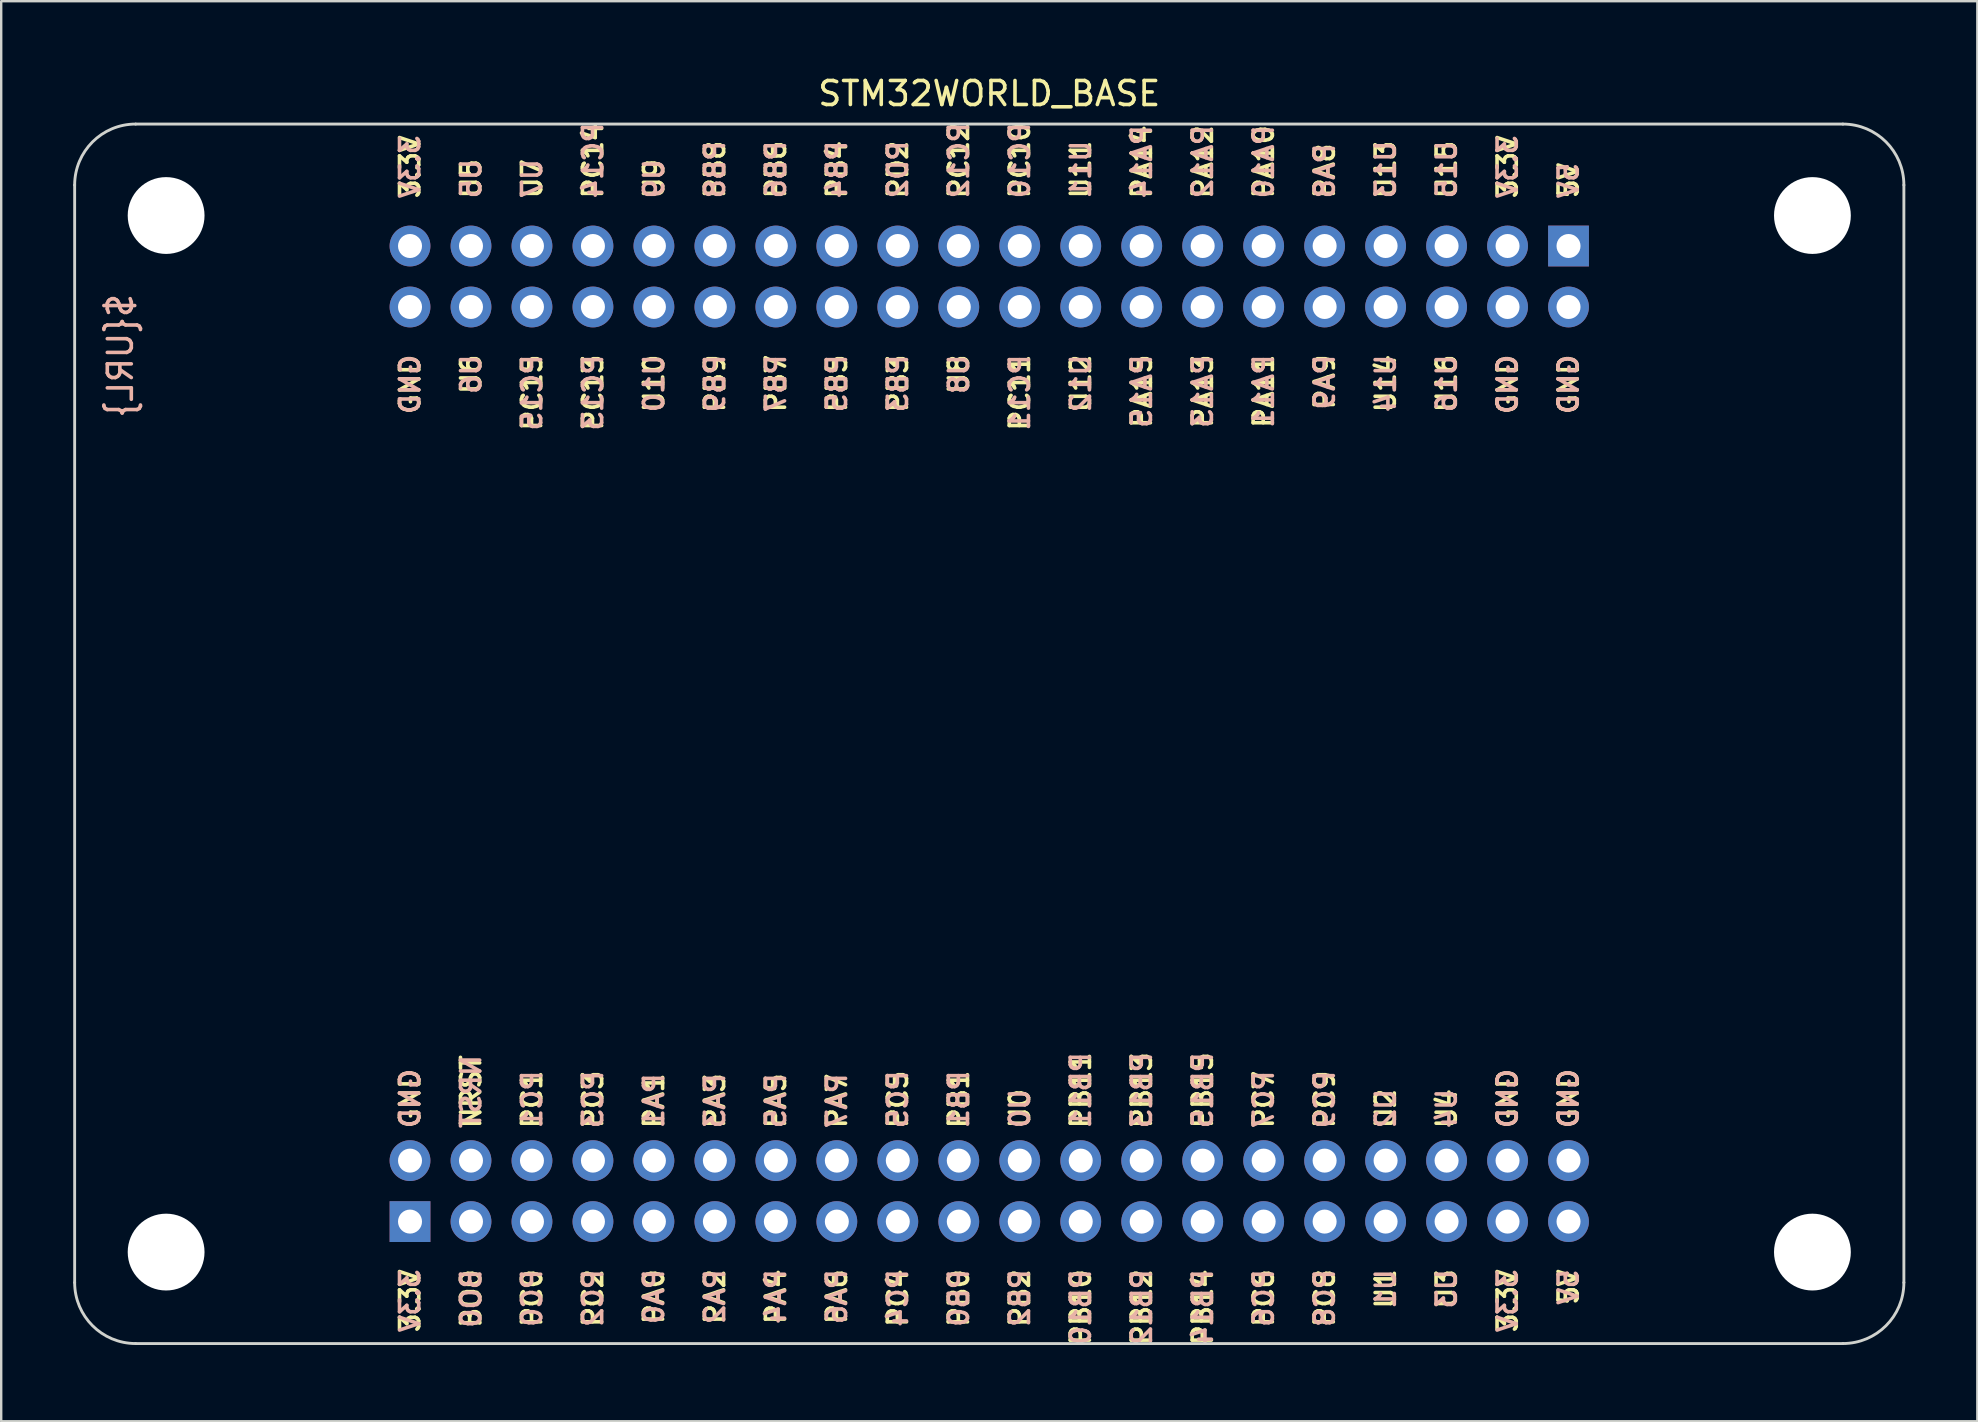
<source format=kicad_pcb>
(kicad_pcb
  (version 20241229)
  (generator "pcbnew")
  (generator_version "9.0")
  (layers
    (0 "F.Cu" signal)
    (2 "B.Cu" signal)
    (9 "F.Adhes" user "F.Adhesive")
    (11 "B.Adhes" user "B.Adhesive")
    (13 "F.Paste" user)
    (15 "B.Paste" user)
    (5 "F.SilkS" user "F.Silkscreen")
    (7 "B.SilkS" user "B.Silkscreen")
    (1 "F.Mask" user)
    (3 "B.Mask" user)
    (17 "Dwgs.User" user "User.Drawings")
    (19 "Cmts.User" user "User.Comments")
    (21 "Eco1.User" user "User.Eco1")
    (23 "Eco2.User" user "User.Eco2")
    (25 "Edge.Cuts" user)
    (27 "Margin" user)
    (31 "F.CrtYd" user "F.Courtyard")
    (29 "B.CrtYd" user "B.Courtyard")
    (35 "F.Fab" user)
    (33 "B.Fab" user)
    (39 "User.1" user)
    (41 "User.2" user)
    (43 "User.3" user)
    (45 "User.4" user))
  (footprint "STM32WORLD_BASE"
    (layer "F.Cu")
    (at 38.16 27.518)
    (property "Reference" "STM32WORLD_BASE" (at 0 -26.67 0) (layer "F.SilkS") (effects (font (size 1 1) (thickness 0.15))))
    (attr through_hole exclude_from_pos_files exclude_from_bom)
    (fp_line (start -38.1 -22.86) (end -38.1 22.86) (stroke (width 0.12) (type solid)) (layer "Edge.Cuts"))
    (fp_line (start -35.56 25.4) (end 35.56 25.4) (stroke (width 0.12) (type solid)) (layer "Edge.Cuts"))
    (fp_line (start 35.56 -25.4) (end -35.56 -25.4) (stroke (width 0.12) (type solid)) (layer "Edge.Cuts"))
    (fp_line (start 38.1 22.86) (end 38.1 -22.86) (stroke (width 0.12) (type solid)) (layer "Edge.Cuts"))
    (fp_arc (start -38.1 -22.86) (mid -37.356051 -24.656051) (end -35.56 -25.4) (stroke (width 0.12) (type solid)) (layer "Edge.Cuts"))
    (fp_arc (start -35.56 25.4) (mid -37.356051 24.656051) (end -38.1 22.86) (stroke (width 0.12) (type solid)) (layer "Edge.Cuts"))
    (fp_arc (start 35.56 -25.4) (mid 37.356051 -24.656051) (end 38.1 -22.86) (stroke (width 0.12) (type solid)) (layer "Edge.Cuts"))
    (fp_arc (start 38.1 22.86) (mid 37.356051 24.656051) (end 35.56 25.4) (stroke (width 0.12) (type solid)) (layer "Edge.Cuts"))
    (fp_text user "PC1" (at -19.05 16.51 90) (layer "F.SilkS") (effects (font (size 0.8 0.8) (thickness 0.15)) (justify left)))
    (fp_text user "3.3V" (at -24.13 22.225 90) (layer "F.SilkS") (effects (font (size 0.8 0.8) (thickness 0.15)) (justify right)))
    (fp_text user "5V" (at 24.13 22.225 90) (layer "F.SilkS") (effects (font (size 0.8 0.8) (thickness 0.15)) (justify right)))
    (fp_text user "NRST" (at -21.59 16.51 90) (layer "F.SilkS") (effects (font (size 0.8 0.8) (thickness 0.15)) (justify left)))
    (fp_text user "PA2" (at -11.43 22.225 90) (layer "F.SilkS") (effects (font (size 0.8 0.8) (thickness 0.15)) (justify right)))
    (fp_text user "U12" (at 3.81 -15.875 90) (layer "F.SilkS") (effects (font (size 0.8 0.8) (thickness 0.15)) (justify right)))
    (fp_text user "PC9" (at 13.97 16.51 90) (layer "F.SilkS") (effects (font (size 0.8 0.8) (thickness 0.15)) (justify left)))
    (fp_text user "3.3V" (at 21.59 -22.225 90) (layer "F.SilkS") (effects (font (size 0.8 0.8) (thickness 0.15)) (justify left)))
    (fp_text user "GND" (at 21.59 16.51 90) (layer "F.SilkS") (effects (font (size 0.8 0.8) (thickness 0.15)) (justify left)))
    (fp_text user "PB8" (at -11.43 -22.225 90) (layer "F.SilkS") (effects (font (size 0.8 0.8) (thickness 0.15)) (justify left)))
    (fp_text user "U3" (at 19.05 22.225 90) (layer "F.SilkS") (effects (font (size 0.8 0.8) (thickness 0.15)) (justify right)))
    (fp_text user "PB10" (at 3.81 22.225 90) (layer "F.SilkS") (effects (font (size 0.8 0.8) (thickness 0.15)) (justify right)))
    (fp_text user "PB1" (at -1.27 16.51 90) (layer "F.SilkS") (effects (font (size 0.8 0.8) (thickness 0.15)) (justify left)))
    (fp_text user "PA5" (at -8.89 16.51 90) (layer "F.SilkS") (effects (font (size 0.8 0.8) (thickness 0.15)) (justify left)))
    (fp_text user "U4" (at 19.05 16.51 90) (layer "F.SilkS") (effects (font (size 0.8 0.8) (thickness 0.15)) (justify left)))
    (fp_text user "U8" (at -1.27 -15.875 90) (layer "F.SilkS") (effects (font (size 0.8 0.8) (thickness 0.15)) (justify right)))
    (fp_text user "PC8" (at 13.97 22.225 90) (layer "F.SilkS") (effects (font (size 0.8 0.8) (thickness 0.15)) (justify right)))
    (fp_text user "PA12" (at 8.89 -22.225 90) (layer "F.SilkS") (effects (font (size 0.8 0.8) (thickness 0.15)) (justify left)))
    (fp_text user "BO0" (at -21.59 22.225 90) (layer "F.SilkS") (effects (font (size 0.8 0.8) (thickness 0.15)) (justify right)))
    (fp_text user "PC13" (at -16.51 -15.875 90) (layer "F.SilkS") (effects (font (size 0.8 0.8) (thickness 0.15)) (justify right)))
    (fp_text user "PA0" (at -13.97 22.225 90) (layer "F.SilkS") (effects (font (size 0.8 0.8) (thickness 0.15)) (justify right)))
    (fp_text user "PB9" (at -11.43 -15.875 90) (layer "F.SilkS") (effects (font (size 0.8 0.8) (thickness 0.15)) (justify right)))
    (fp_text user "PA6" (at -6.35 22.225 90) (layer "F.SilkS") (effects (font (size 0.8 0.8) (thickness 0.15)) (justify right)))
    (fp_text user "PC7" (at 11.43 16.51 90) (layer "F.SilkS") (effects (font (size 0.8 0.8) (thickness 0.15)) (justify left)))
    (fp_text user "U2" (at 16.51 16.51 90) (layer "F.SilkS") (effects (font (size 0.8 0.8) (thickness 0.15)) (justify left)))
    (fp_text user "PB3" (at -3.81 -15.875 90) (layer "F.SilkS") (effects (font (size 0.8 0.8) (thickness 0.15)) (justify right)))
    (fp_text user "PB4" (at -6.35 -22.225 90) (layer "F.SilkS") (effects (font (size 0.8 0.8) (thickness 0.15)) (justify left)))
    (fp_text user "3.3V" (at 21.59 22.225 90) (layer "F.SilkS") (effects (font (size 0.8 0.8) (thickness 0.15)) (justify right)))
    (fp_text user "PC3" (at -16.51 16.51 90) (layer "F.SilkS") (effects (font (size 0.8 0.8) (thickness 0.15)) (justify left)))
    (fp_text user "U0" (at 1.27 16.51 90) (layer "F.SilkS") (effects (font (size 0.8 0.8) (thickness 0.15)) (justify left)))
    (fp_text user "PB2" (at 1.27 22.225 90) (layer "F.SilkS") (effects (font (size 0.8 0.8) (thickness 0.15)) (justify right)))
    (fp_text user "${TITLE}" (at -34.2 14.4 90) (unlocked yes) (layer "F.SilkS") (effects (font (size 1 1) (thickness 0.15)) (justify left)))
    (fp_text user "PC4" (at -3.81 22.225 90) (layer "F.SilkS") (effects (font (size 0.8 0.8) (thickness 0.15)) (justify right)))
    (fp_text user "PC0" (at -19.05 22.225 90) (layer "F.SilkS") (effects (font (size 0.8 0.8) (thickness 0.15)) (justify right)))
    (fp_text user "U15" (at 19.05 -22.225 90) (layer "F.SilkS") (effects (font (size 0.8 0.8) (thickness 0.15)) (justify left)))
    (fp_text user "PD2" (at -3.81 -22.225 90) (layer "F.SilkS") (effects (font (size 0.8 0.8) (thickness 0.15)) (justify left)))
    (fp_text user "PB6" (at -8.89 -22.225 90) (layer "F.SilkS") (effects (font (size 0.8 0.8) (thickness 0.15)) (justify left)))
    (fp_text user "U7" (at -19.05 -22.225 90) (layer "F.SilkS") (effects (font (size 0.8 0.8) (thickness 0.15)) (justify left)))
    (fp_text user "3.3V" (at -24.13 -22.225 90) (layer "F.SilkS") (effects (font (size 0.8 0.8) (thickness 0.15)) (justify left)))
    (fp_text user "GND" (at -24.13 -15.875 90) (layer "F.SilkS") (effects (font (size 0.8 0.8) (thickness 0.15)) (justify right)))
    (fp_text user "PA11" (at 11.43 -15.875 90) (layer "F.SilkS") (effects (font (size 0.8 0.8) (thickness 0.15)) (justify right)))
    (fp_text user "PB7" (at -8.89 -15.875 90) (layer "F.SilkS") (effects (font (size 0.8 0.8) (thickness 0.15)) (justify right)))
    (fp_text user "PB14" (at 8.89 22.225 90) (layer "F.SilkS") (effects (font (size 0.8 0.8) (thickness 0.15)) (justify right)))
    (fp_text user "PA4" (at -8.89 22.225 90) (layer "F.SilkS") (effects (font (size 0.8 0.8) (thickness 0.15)) (justify right)))
    (fp_text user "U1" (at 16.51 22.225 90) (layer "F.SilkS") (effects (font (size 0.8 0.8) (thickness 0.15)) (justify right)))
    (fp_text user "PB11" (at 3.81 16.51 90) (layer "F.SilkS") (effects (font (size 0.8 0.8) (thickness 0.15)) (justify left)))
    (fp_text user "PC5" (at -3.81 16.51 90) (layer "F.SilkS") (effects (font (size 0.8 0.8) (thickness 0.15)) (justify left)))
    (fp_text user "U16" (at 19.05 -15.875 90) (layer "F.SilkS") (effects (font (size 0.8 0.8) (thickness 0.15)) (justify right)))
    (fp_text user "PC6" (at 11.43 22.225 90) (layer "F.SilkS") (effects (font (size 0.8 0.8) (thickness 0.15)) (justify right)))
    (fp_text user "PB12" (at 6.35 22.225 90) (layer "F.SilkS") (effects (font (size 0.8 0.8) (thickness 0.15)) (justify right)))
    (fp_text user "U14" (at 16.51 -15.875 90) (layer "F.SilkS") (effects (font (size 0.8 0.8) (thickness 0.15)) (justify right)))
    (fp_text user "PA7" (at -6.35 16.51 90) (layer "F.SilkS") (effects (font (size 0.8 0.8) (thickness 0.15)) (justify left)))
    (fp_text user "PA15" (at 6.35 -15.875 90) (layer "F.SilkS") (effects (font (size 0.8 0.8) (thickness 0.15)) (justify right)))
    (fp_text user "PC10" (at 1.27 -22.225 90) (layer "F.SilkS") (effects (font (size 0.8 0.8) (thickness 0.15)) (justify left)))
    (fp_text user "PA14" (at 6.35 -22.225 90) (layer "F.SilkS") (effects (font (size 0.8 0.8) (thickness 0.15)) (justify left)))
    (fp_text user "PA8" (at 13.97 -22.225 90) (layer "F.SilkS") (effects (font (size 0.8 0.8) (thickness 0.15)) (justify left)))
    (fp_text user "U13" (at 16.51 -22.225 90) (layer "F.SilkS") (effects (font (size 0.8 0.8) (thickness 0.15)) (justify left)))
    (fp_text user "GND" (at 21.59 -15.875 90) (layer "F.SilkS") (effects (font (size 0.8 0.8) (thickness 0.15)) (justify right)))
    (fp_text user "U10" (at -13.97 -15.875 90) (layer "F.SilkS") (effects (font (size 0.8 0.8) (thickness 0.15)) (justify right)))
    (fp_text user "PC12" (at -1.27 -22.225 90) (layer "F.SilkS") (effects (font (size 0.8 0.8) (thickness 0.15)) (justify left)))
    (fp_text user "PB13" (at 6.35 16.51 90) (layer "F.SilkS") (effects (font (size 0.8 0.8) (thickness 0.15)) (justify left)))
    (fp_text user "PA13" (at 8.89 -15.875 90) (layer "F.SilkS") (effects (font (size 0.8 0.8) (thickness 0.15)) (justify right)))
    (fp_text user "PA10" (at 11.43 -22.225 90) (layer "F.SilkS") (effects (font (size 0.8 0.8) (thickness 0.15)) (justify left)))
    (fp_text user "PC2" (at -16.51 22.225 90) (layer "F.SilkS") (effects (font (size 0.8 0.8) (thickness 0.15)) (justify right)))
    (fp_text user "PA3" (at -11.43 16.51 90) (layer "F.SilkS") (effects (font (size 0.8 0.8) (thickness 0.15)) (justify left)))
    (fp_text user "GND" (at 24.13 16.51 90) (layer "F.SilkS") (effects (font (size 0.8 0.8) (thickness 0.15)) (justify left)))
    (fp_text user "U9" (at -13.97 -22.225 90) (layer "F.SilkS") (effects (font (size 0.8 0.8) (thickness 0.15)) (justify left)))
    (fp_text user "GND" (at 24.13 -15.875 90) (layer "F.SilkS") (effects (font (size 0.8 0.8) (thickness 0.15)) (justify right)))
    (fp_text user "PB5" (at -6.35 -15.875 90) (layer "F.SilkS") (effects (font (size 0.8 0.8) (thickness 0.15)) (justify right)))
    (fp_text user "5V" (at 24.13 -22.225 90) (layer "F.SilkS") (effects (font (size 0.8 0.8) (thickness 0.15)) (justify left)))
    (fp_text user "U5" (at -21.59 -22.225 90) (layer "F.SilkS") (effects (font (size 0.8 0.8) (thickness 0.15)) (justify left)))
    (fp_text user "PB15" (at 8.89 16.51 90) (layer "F.SilkS") (effects (font (size 0.8 0.8) (thickness 0.15)) (justify left)))
    (fp_text user "PC11" (at 1.27 -15.875 90) (layer "F.SilkS") (effects (font (size 0.8 0.8) (thickness 0.15)) (justify right)))
    (fp_text user "PA9" (at 13.97 -15.875 90) (layer "F.SilkS") (effects (font (size 0.8 0.8) (thickness 0.15)) (justify right)))
    (fp_text user "PA1" (at -13.97 16.51 90) (layer "F.SilkS") (effects (font (size 0.8 0.8) (thickness 0.15)) (justify left)))
    (fp_text user "PB0" (at -1.27 22.225 90) (layer "F.SilkS") (effects (font (size 0.8 0.8) (thickness 0.15)) (justify right)))
    (fp_text user "U6" (at -21.59 -15.875 90) (layer "F.SilkS") (effects (font (size 0.8 0.8) (thickness 0.15)) (justify right)))
    (fp_text user "U11" (at 3.81 -22.225 90) (layer "F.SilkS") (effects (font (size 0.8 0.8) (thickness 0.15)) (justify left)))
    (fp_text user "PC15" (at -19.05 -15.875 90) (layer "F.SilkS") (effects (font (size 0.8 0.8) (thickness 0.15)) (justify right)))
    (fp_text user "PC14" (at -16.51 -22.225 90) (layer "F.SilkS") (effects (font (size 0.8 0.8) (thickness 0.15)) (justify left)))
    (fp_text user "GND" (at -24.13 16.51 90) (layer "F.SilkS") (effects (font (size 0.8 0.8) (thickness 0.15)) (justify left)))
    (fp_text user "3.3V" (at -24.13 -22.225 90) (layer "B.SilkS") (effects (font (size 0.8 0.8) (thickness 0.15)) (justify right mirror)))
    (fp_text user "PB6" (at -8.89 -22.225 90) (layer "B.SilkS") (effects (font (size 0.8 0.8) (thickness 0.15)) (justify right mirror)))
    (fp_text user "${URL}" (at -36.195 -18.415 90) (unlocked yes) (layer "B.SilkS") (effects (font (size 1 1) (thickness 0.15)) (justify left mirror)))
    (fp_text user "PC10" (at 1.27 -22.225 90) (layer "B.SilkS") (effects (font (size 0.8 0.8) (thickness 0.15)) (justify right mirror)))
    (fp_text user "PA1" (at -13.97 16.51 90) (layer "B.SilkS") (effects (font (size 0.8 0.8) (thickness 0.15)) (justify right mirror)))
    (fp_text user "U5" (at -21.59 -22.225 90) (layer "B.SilkS") (effects (font (size 0.8 0.8) (thickness 0.15)) (justify right mirror)))
    (fp_text user "PB0" (at -1.27 22.225 90) (layer "B.SilkS") (effects (font (size 0.8 0.8) (thickness 0.15)) (justify left mirror)))
    (fp_text user "U1" (at 16.51 22.225 90) (layer "B.SilkS") (effects (font (size 0.8 0.8) (thickness 0.15)) (justify left mirror)))
    (fp_text user "NRST" (at -21.59 16.51 90) (layer "B.SilkS") (effects (font (size 0.8 0.8) (thickness 0.15)) (justify right mirror)))
    (fp_text user "PC12" (at -1.27 -22.225 90) (layer "B.SilkS") (effects (font (size 0.8 0.8) (thickness 0.15)) (justify right mirror)))
    (fp_text user "BO0" (at -21.59 22.225 90) (layer "B.SilkS") (effects (font (size 0.8 0.8) (thickness 0.15)) (justify left mirror)))
    (fp_text user "PA11" (at 11.43 -15.875 90) (layer "B.SilkS") (effects (font (size 0.8 0.8) (thickness 0.15)) (justify left mirror)))
    (fp_text user "PB4" (at -6.35 -22.225 90) (layer "B.SilkS") (effects (font (size 0.8 0.8) (thickness 0.15)) (justify right mirror)))
    (fp_text user "PC8" (at 13.97 22.225 90) (layer "B.SilkS") (effects (font (size 0.8 0.8) (thickness 0.15)) (justify left mirror)))
    (fp_text user "GND" (at 24.13 16.51 90) (layer "B.SilkS") (effects (font (size 0.8 0.8) (thickness 0.15)) (justify right mirror)))
    (fp_text user "GND" (at -24.13 -15.875 90) (layer "B.SilkS") (effects (font (size 0.8 0.8) (thickness 0.15)) (justify left mirror)))
    (fp_text user "PC13" (at -16.51 -15.875 90) (layer "B.SilkS") (effects (font (size 0.8 0.8) (thickness 0.15)) (justify left mirror)))
    (fp_text user "GND" (at 24.13 -15.875 90) (layer "B.SilkS") (effects (font (size 0.8 0.8) (thickness 0.15)) (justify left mirror)))
    (fp_text user "U0" (at 1.27 16.51 90) (layer "B.SilkS") (effects (font (size 0.8 0.8) (thickness 0.15)) (justify right mirror)))
    (fp_text user "U2" (at 16.51 16.51 90) (layer "B.SilkS") (effects (font (size 0.8 0.8) (thickness 0.15)) (justify right mirror)))
    (fp_text user "PB11" (at 3.81 16.51 90) (layer "B.SilkS") (effects (font (size 0.8 0.8) (thickness 0.15)) (justify right mirror)))
    (fp_text user "U6" (at -21.59 -15.875 90) (layer "B.SilkS") (effects (font (size 0.8 0.8) (thickness 0.15)) (justify left mirror)))
    (fp_text user "PA12" (at 8.89 -22.225 90) (layer "B.SilkS") (effects (font (size 0.8 0.8) (thickness 0.15)) (justify right mirror)))
    (fp_text user "U16" (at 19.05 -15.875 90) (layer "B.SilkS") (effects (font (size 0.8 0.8) (thickness 0.15)) (justify left mirror)))
    (fp_text user "PA10" (at 11.43 -22.225 90) (layer "B.SilkS") (effects (font (size 0.8 0.8) (thickness 0.15)) (justify right mirror)))
    (fp_text user "PC2" (at -16.51 22.225 90) (layer "B.SilkS") (effects (font (size 0.8 0.8) (thickness 0.15)) (justify left mirror)))
    (fp_text user "PD2" (at -3.81 -22.225 90) (layer "B.SilkS") (effects (font (size 0.8 0.8) (thickness 0.15)) (justify right mirror)))
    (fp_text user "PA2" (at -11.43 22.225 90) (layer "B.SilkS") (effects (font (size 0.8 0.8) (thickness 0.15)) (justify left mirror)))
    (fp_text user "GND" (at -24.13 16.51 90) (layer "B.SilkS") (effects (font (size 0.8 0.8) (thickness 0.15)) (justify right mirror)))
    (fp_text user "PA8" (at 13.97 -22.225 90) (layer "B.SilkS") (effects (font (size 0.8 0.8) (thickness 0.15)) (justify right mirror)))
    (fp_text user "3.3V" (at 21.59 22.225 90) (layer "B.SilkS") (effects (font (size 0.8 0.8) (thickness 0.15)) (justify left mirror)))
    (fp_text user "PC4" (at -3.81 22.225 90) (layer "B.SilkS") (effects (font (size 0.8 0.8) (thickness 0.15)) (justify left mirror)))
    (fp_text user "PC7" (at 11.43 16.51 90) (layer "B.SilkS") (effects (font (size 0.8 0.8) (thickness 0.15)) (justify right mirror)))
    (fp_text user "U14" (at 16.51 -15.875 90) (layer "B.SilkS") (effects (font (size 0.8 0.8) (thickness 0.15)) (justify left mirror)))
    (fp_text user "PA7" (at -6.35 16.51 90) (layer "B.SilkS") (effects (font (size 0.8 0.8) (thickness 0.15)) (justify right mirror)))
    (fp_text user "U15" (at 19.05 -22.225 90) (layer "B.SilkS") (effects (font (size 0.8 0.8) (thickness 0.15)) (justify right mirror)))
    (fp_text user "PB12" (at 6.35 22.225 90) (layer "B.SilkS") (effects (font (size 0.8 0.8) (thickness 0.15)) (justify left mirror)))
    (fp_text user "U11" (at 3.81 -22.225 90) (layer "B.SilkS") (effects (font (size 0.8 0.8) (thickness 0.15)) (justify right mirror)))
    (fp_text user "PB9" (at -11.43 -15.875 90) (layer "B.SilkS") (effects (font (size 0.8 0.8) (thickness 0.15)) (justify left mirror)))
    (fp_text user "PC15" (at -19.05 -15.875 90) (layer "B.SilkS") (effects (font (size 0.8 0.8) (thickness 0.15)) (justify left mirror)))
    (fp_text user "PA15" (at 6.35 -15.875 90) (layer "B.SilkS") (effects (font (size 0.8 0.8) (thickness 0.15)) (justify left mirror)))
    (fp_text user "PB5" (at -6.35 -15.875 90) (layer "B.SilkS") (effects (font (size 0.8 0.8) (thickness 0.15)) (justify left mirror)))
    (fp_text user "PC6" (at 11.43 22.225 90) (layer "B.SilkS") (effects (font (size 0.8 0.8) (thickness 0.15)) (justify left mirror)))
    (fp_text user "PC14" (at -16.51 -22.225 90) (layer "B.SilkS") (effects (font (size 0.8 0.8) (thickness 0.15)) (justify right mirror)))
    (fp_text user "GND" (at 21.59 -15.875 90) (layer "B.SilkS") (effects (font (size 0.8 0.8) (thickness 0.15)) (justify left mirror)))
    (fp_text user "3.3V" (at 21.59 -22.225 90) (layer "B.SilkS") (effects (font (size 0.8 0.8) (thickness 0.15)) (justify right mirror)))
    (fp_text user "PA6" (at -6.35 22.225 90) (layer "B.SilkS") (effects (font (size 0.8 0.8) (thickness 0.15)) (justify left mirror)))
    (fp_text user "PA4" (at -8.89 22.225 90) (layer "B.SilkS") (effects (font (size 0.8 0.8) (thickness 0.15)) (justify left mirror)))
    (fp_text user "5V" (at 24.13 -22.225 90) (layer "B.SilkS") (effects (font (size 0.8 0.8) (thickness 0.15)) (justify right mirror)))
    (fp_text user "U8" (at -1.27 -15.875 90) (layer "B.SilkS") (effects (font (size 0.8 0.8) (thickness 0.15)) (justify left mirror)))
    (fp_text user "U4" (at 19.05 16.51 90) (layer "B.SilkS") (effects (font (size 0.8 0.8) (thickness 0.15)) (justify right mirror)))
    (fp_text user "PB8" (at -11.43 -22.225 90) (layer "B.SilkS") (effects (font (size 0.8 0.8) (thickness 0.15)) (justify right mirror)))
    (fp_text user "PB15" (at 8.89 16.51 90) (layer "B.SilkS") (effects (font (size 0.8 0.8) (thickness 0.15)) (justify right mirror)))
    (fp_text user "PC3" (at -16.51 16.51 90) (layer "B.SilkS") (effects (font (size 0.8 0.8) (thickness 0.15)) (justify right mirror)))
    (fp_text user "PC0" (at -19.05 22.225 90) (layer "B.SilkS") (effects (font (size 0.8 0.8) (thickness 0.15)) (justify left mirror)))
    (fp_text user "U7" (at -19.05 -22.225 90) (layer "B.SilkS") (effects (font (size 0.8 0.8) (thickness 0.15)) (justify right mirror)))
    (fp_text user "GND" (at 21.59 16.51 90) (layer "B.SilkS") (effects (font (size 0.8 0.8) (thickness 0.15)) (justify right mirror)))
    (fp_text user "3.3V" (at -24.13 22.225 90) (layer "B.SilkS") (effects (font (size 0.8 0.8) (thickness 0.15)) (justify left mirror)))
    (fp_text user "PB3" (at -3.81 -15.875 90) (layer "B.SilkS") (effects (font (size 0.8 0.8) (thickness 0.15)) (justify left mirror)))
    (fp_text user "PB7" (at -8.89 -15.875 90) (layer "B.SilkS") (effects (font (size 0.8 0.8) (thickness 0.15)) (justify left mirror)))
    (fp_text user "U10" (at -13.97 -15.875 90) (layer "B.SilkS") (effects (font (size 0.8 0.8) (thickness 0.15)) (justify left mirror)))
    (fp_text user "PB13" (at 6.35 16.51 90) (layer "B.SilkS") (effects (font (size 0.8 0.8) (thickness 0.15)) (justify right mirror)))
    (fp_text user "PB14" (at 8.89 22.225 90) (layer "B.SilkS") (effects (font (size 0.8 0.8) (thickness 0.15)) (justify left mirror)))
    (fp_text user "5V" (at 24.13 22.225 90) (layer "B.SilkS") (effects (font (size 0.8 0.8) (thickness 0.15)) (justify left mirror)))
    (fp_text user "PC1" (at -19.05 16.51 90) (layer "B.SilkS") (effects (font (size 0.8 0.8) (thickness 0.15)) (justify right mirror)))
    (fp_text user "U13" (at 16.51 -22.225 90) (layer "B.SilkS") (effects (font (size 0.8 0.8) (thickness 0.15)) (justify right mirror)))
    (fp_text user "PC11" (at 1.27 -15.875 90) (layer "B.SilkS") (effects (font (size 0.8 0.8) (thickness 0.15)) (justify left mirror)))
    (fp_text user "PA0" (at -13.97 22.225 90) (layer "B.SilkS") (effects (font (size 0.8 0.8) (thickness 0.15)) (justify left mirror)))
    (fp_text user "U12" (at 3.81 -15.875 90) (layer "B.SilkS") (effects (font (size 0.8 0.8) (thickness 0.15)) (justify left mirror)))
    (fp_text user "PB1" (at -1.27 16.51 90) (layer "B.SilkS") (effects (font (size 0.8 0.8) (thickness 0.15)) (justify right mirror)))
    (fp_text user "PA13" (at 8.89 -15.875 90) (layer "B.SilkS") (effects (font (size 0.8 0.8) (thickness 0.15)) (justify left mirror)))
    (fp_text user "PA3" (at -11.43 16.51 90) (layer "B.SilkS") (effects (font (size 0.8 0.8) (thickness 0.15)) (justify right mirror)))
    (fp_text user "PB2" (at 1.27 22.225 90) (layer "B.SilkS") (effects (font (size 0.8 0.8) (thickness 0.15)) (justify left mirror)))
    (fp_text user "PA9" (at 13.97 -15.875 90) (layer "B.SilkS") (effects (font (size 0.8 0.8) (thickness 0.15)) (justify left mirror)))
    (fp_text user "U3" (at 19.05 22.225 90) (layer "B.SilkS") (effects (font (size 0.8 0.8) (thickness 0.15)) (justify left mirror)))
    (fp_text user "U9" (at -13.97 -22.225 90) (layer "B.SilkS") (effects (font (size 0.8 0.8) (thickness 0.15)) (justify right mirror)))
    (fp_text user "PB10" (at 3.81 22.225 90) (layer "B.SilkS") (effects (font (size 0.8 0.8) (thickness 0.15)) (justify left mirror)))
    (fp_text user "PC9" (at 13.97 16.51 90) (layer "B.SilkS") (effects (font (size 0.8 0.8) (thickness 0.15)) (justify right mirror)))
    (fp_text user "PC5" (at -3.81 16.51 90) (layer "B.SilkS") (effects (font (size 0.8 0.8) (thickness 0.15)) (justify right mirror)))
    (fp_text user "PA14" (at 6.35 -22.225 90) (layer "B.SilkS") (effects (font (size 0.8 0.8) (thickness 0.15)) (justify right mirror)))
    (fp_text user "PA5" (at -8.89 16.51 90) (layer "B.SilkS") (effects (font (size 0.8 0.8) (thickness 0.15)) (justify right mirror)))
    (pad "" np_thru_hole circle (at -34.29 -21.59) (size 3.2 3.2) (drill 3.2) (layers "*.Cu" "*.Mask"))
    (pad "" np_thru_hole circle (at -34.29 21.59) (size 3.2 3.2) (drill 3.2) (layers "*.Cu" "*.Mask"))
    (pad "" np_thru_hole circle (at 34.29 -21.59) (size 3.2 3.2) (drill 3.2) (layers "*.Cu" "*.Mask"))
    (pad "" np_thru_hole circle (at 34.29 21.59) (size 3.2 3.2) (drill 3.2) (layers "*.Cu" "*.Mask"))
    (pad "1" thru_hole rect (at -24.13 20.32) (size 1.7 1.7) (drill 1) (layers "*.Cu" "*.Mask"))
    (pad "2" thru_hole circle (at -24.13 17.78) (size 1.7 1.7) (drill 1) (layers "*.Cu" "*.Mask"))
    (pad "3" thru_hole circle (at -21.59 20.32) (size 1.7 1.7) (drill 1) (layers "*.Cu" "*.Mask"))
    (pad "4" thru_hole circle (at -21.59 17.78) (size 1.7 1.7) (drill 1) (layers "*.Cu" "*.Mask"))
    (pad "5" thru_hole circle (at -19.05 20.32) (size 1.7 1.7) (drill 1) (layers "*.Cu" "*.Mask"))
    (pad "6" thru_hole circle (at -19.05 17.78) (size 1.7 1.7) (drill 1) (layers "*.Cu" "*.Mask"))
    (pad "7" thru_hole circle (at -16.51 20.32) (size 1.7 1.7) (drill 1) (layers "*.Cu" "*.Mask"))
    (pad "8" thru_hole circle (at -16.51 17.78) (size 1.7 1.7) (drill 1) (layers "*.Cu" "*.Mask"))
    (pad "9" thru_hole circle (at -13.97 20.32) (size 1.7 1.7) (drill 1) (layers "*.Cu" "*.Mask"))
    (pad "10" thru_hole circle (at -13.97 17.78) (size 1.7 1.7) (drill 1) (layers "*.Cu" "*.Mask"))
    (pad "11" thru_hole circle (at -11.43 20.32) (size 1.7 1.7) (drill 1) (layers "*.Cu" "*.Mask"))
    (pad "12" thru_hole circle (at -11.43 17.78) (size 1.7 1.7) (drill 1) (layers "*.Cu" "*.Mask"))
    (pad "13" thru_hole circle (at -8.89 20.32) (size 1.7 1.7) (drill 1) (layers "*.Cu" "*.Mask"))
    (pad "14" thru_hole circle (at -8.89 17.78) (size 1.7 1.7) (drill 1) (layers "*.Cu" "*.Mask"))
    (pad "15" thru_hole circle (at -6.35 20.32) (size 1.7 1.7) (drill 1) (layers "*.Cu" "*.Mask"))
    (pad "16" thru_hole circle (at -6.35 17.78) (size 1.7 1.7) (drill 1) (layers "*.Cu" "*.Mask"))
    (pad "17" thru_hole circle (at -3.81 20.32) (size 1.7 1.7) (drill 1) (layers "*.Cu" "*.Mask"))
    (pad "18" thru_hole circle (at -3.81 17.78) (size 1.7 1.7) (drill 1) (layers "*.Cu" "*.Mask"))
    (pad "19" thru_hole circle (at -1.27 20.32) (size 1.7 1.7) (drill 1) (layers "*.Cu" "*.Mask"))
    (pad "20" thru_hole circle (at -1.27 17.78) (size 1.7 1.7) (drill 1) (layers "*.Cu" "*.Mask"))
    (pad "21" thru_hole circle (at 1.27 20.32) (size 1.7 1.7) (drill 1) (layers "*.Cu" "*.Mask"))
    (pad "22" thru_hole circle (at 1.27 17.78) (size 1.7 1.7) (drill 1) (layers "*.Cu" "*.Mask"))
    (pad "23" thru_hole circle (at 3.81 20.32) (size 1.7 1.7) (drill 1) (layers "*.Cu" "*.Mask"))
    (pad "24" thru_hole circle (at 3.81 17.78) (size 1.7 1.7) (drill 1) (layers "*.Cu" "*.Mask"))
    (pad "25" thru_hole circle (at 6.35 20.32) (size 1.7 1.7) (drill 1) (layers "*.Cu" "*.Mask"))
    (pad "26" thru_hole circle (at 6.35 17.78) (size 1.7 1.7) (drill 1) (layers "*.Cu" "*.Mask"))
    (pad "27" thru_hole circle (at 8.89 20.32) (size 1.7 1.7) (drill 1) (layers "*.Cu" "*.Mask"))
    (pad "28" thru_hole circle (at 8.89 17.78) (size 1.7 1.7) (drill 1) (layers "*.Cu" "*.Mask"))
    (pad "29" thru_hole circle (at 11.43 20.32) (size 1.7 1.7) (drill 1) (layers "*.Cu" "*.Mask"))
    (pad "30" thru_hole circle (at 11.43 17.78) (size 1.7 1.7) (drill 1) (layers "*.Cu" "*.Mask"))
    (pad "31" thru_hole circle (at 13.97 20.32) (size 1.7 1.7) (drill 1) (layers "*.Cu" "*.Mask"))
    (pad "32" thru_hole circle (at 13.97 17.78) (size 1.7 1.7) (drill 1) (layers "*.Cu" "*.Mask"))
    (pad "33" thru_hole circle (at 16.51 20.32) (size 1.7 1.7) (drill 1) (layers "*.Cu" "*.Mask"))
    (pad "34" thru_hole circle (at 16.51 17.78) (size 1.7 1.7) (drill 1) (layers "*.Cu" "*.Mask"))
    (pad "35" thru_hole circle (at 19.05 20.32) (size 1.7 1.7) (drill 1) (layers "*.Cu" "*.Mask"))
    (pad "36" thru_hole circle (at 19.05 17.78) (size 1.7 1.7) (drill 1) (layers "*.Cu" "*.Mask"))
    (pad "37" thru_hole circle (at 21.59 20.32) (size 1.7 1.7) (drill 1) (layers "*.Cu" "*.Mask"))
    (pad "38" thru_hole circle (at 21.59 17.78) (size 1.7 1.7) (drill 1) (layers "*.Cu" "*.Mask"))
    (pad "39" thru_hole circle (at 24.13 20.32) (size 1.7 1.7) (drill 1) (layers "*.Cu" "*.Mask"))
    (pad "40" thru_hole circle (at 24.13 17.78) (size 1.7 1.7) (drill 1) (layers "*.Cu" "*.Mask"))
    (pad "41" thru_hole rect (at 24.13 -20.32) (size 1.7 1.7) (drill 1) (layers "*.Cu" "*.Mask"))
    (pad "42" thru_hole circle (at 24.13 -17.78) (size 1.7 1.7) (drill 1) (layers "*.Cu" "*.Mask"))
    (pad "43" thru_hole circle (at 21.59 -20.32) (size 1.7 1.7) (drill 1) (layers "*.Cu" "*.Mask"))
    (pad "44" thru_hole circle (at 21.59 -17.78) (size 1.7 1.7) (drill 1) (layers "*.Cu" "*.Mask"))
    (pad "45" thru_hole circle (at 19.05 -20.32) (size 1.7 1.7) (drill 1) (layers "*.Cu" "*.Mask"))
    (pad "46" thru_hole circle (at 19.05 -17.78) (size 1.7 1.7) (drill 1) (layers "*.Cu" "*.Mask"))
    (pad "47" thru_hole circle (at 16.51 -20.32) (size 1.7 1.7) (drill 1) (layers "*.Cu" "*.Mask"))
    (pad "48" thru_hole circle (at 16.51 -17.78) (size 1.7 1.7) (drill 1) (layers "*.Cu" "*.Mask"))
    (pad "49" thru_hole circle (at 13.97 -20.32) (size 1.7 1.7) (drill 1) (layers "*.Cu" "*.Mask"))
    (pad "50" thru_hole circle (at 13.97 -17.78) (size 1.7 1.7) (drill 1) (layers "*.Cu" "*.Mask"))
    (pad "51" thru_hole circle (at 11.43 -20.32) (size 1.7 1.7) (drill 1) (layers "*.Cu" "*.Mask"))
    (pad "52" thru_hole circle (at 11.43 -17.78) (size 1.7 1.7) (drill 1) (layers "*.Cu" "*.Mask"))
    (pad "53" thru_hole circle (at 8.89 -20.32) (size 1.7 1.7) (drill 1) (layers "*.Cu" "*.Mask"))
    (pad "54" thru_hole circle (at 8.89 -17.78) (size 1.7 1.7) (drill 1) (layers "*.Cu" "*.Mask"))
    (pad "55" thru_hole circle (at 6.35 -20.32) (size 1.7 1.7) (drill 1) (layers "*.Cu" "*.Mask"))
    (pad "56" thru_hole circle (at 6.35 -17.78) (size 1.7 1.7) (drill 1) (layers "*.Cu" "*.Mask"))
    (pad "57" thru_hole circle (at 3.81 -20.32) (size 1.7 1.7) (drill 1) (layers "*.Cu" "*.Mask"))
    (pad "58" thru_hole circle (at 3.81 -17.78) (size 1.7 1.7) (drill 1) (layers "*.Cu" "*.Mask"))
    (pad "59" thru_hole circle (at 1.27 -20.32) (size 1.7 1.7) (drill 1) (layers "*.Cu" "*.Mask"))
    (pad "60" thru_hole circle (at 1.27 -17.78) (size 1.7 1.7) (drill 1) (layers "*.Cu" "*.Mask"))
    (pad "61" thru_hole circle (at -1.27 -20.32) (size 1.7 1.7) (drill 1) (layers "*.Cu" "*.Mask"))
    (pad "62" thru_hole circle (at -1.27 -17.78) (size 1.7 1.7) (drill 1) (layers "*.Cu" "*.Mask"))
    (pad "63" thru_hole circle (at -3.81 -20.32) (size 1.7 1.7) (drill 1) (layers "*.Cu" "*.Mask"))
    (pad "64" thru_hole circle (at -3.81 -17.78) (size 1.7 1.7) (drill 1) (layers "*.Cu" "*.Mask"))
    (pad "65" thru_hole circle (at -6.35 -20.32) (size 1.7 1.7) (drill 1) (layers "*.Cu" "*.Mask"))
    (pad "66" thru_hole circle (at -6.35 -17.78) (size 1.7 1.7) (drill 1) (layers "*.Cu" "*.Mask"))
    (pad "67" thru_hole circle (at -8.89 -20.32) (size 1.7 1.7) (drill 1) (layers "*.Cu" "*.Mask"))
    (pad "68" thru_hole circle (at -8.89 -17.78) (size 1.7 1.7) (drill 1) (layers "*.Cu" "*.Mask"))
    (pad "69" thru_hole circle (at -11.43 -20.32) (size 1.7 1.7) (drill 1) (layers "*.Cu" "*.Mask"))
    (pad "70" thru_hole circle (at -11.43 -17.78) (size 1.7 1.7) (drill 1) (layers "*.Cu" "*.Mask"))
    (pad "71" thru_hole circle (at -13.97 -20.32) (size 1.7 1.7) (drill 1) (layers "*.Cu" "*.Mask"))
    (pad "72" thru_hole circle (at -13.97 -17.78) (size 1.7 1.7) (drill 1) (layers "*.Cu" "*.Mask"))
    (pad "73" thru_hole circle (at -16.51 -20.32) (size 1.7 1.7) (drill 1) (layers "*.Cu" "*.Mask"))
    (pad "74" thru_hole circle (at -16.51 -17.78) (size 1.7 1.7) (drill 1) (layers "*.Cu" "*.Mask"))
    (pad "75" thru_hole circle (at -19.05 -20.32) (size 1.7 1.7) (drill 1) (layers "*.Cu" "*.Mask"))
    (pad "76" thru_hole circle (at -19.05 -17.78) (size 1.7 1.7) (drill 1) (layers "*.Cu" "*.Mask"))
    (pad "77" thru_hole circle (at -21.59 -20.32) (size 1.7 1.7) (drill 1) (layers "*.Cu" "*.Mask"))
    (pad "78" thru_hole circle (at -21.59 -17.78) (size 1.7 1.7) (drill 1) (layers "*.Cu" "*.Mask"))
    (pad "79" thru_hole circle (at -24.13 -20.32) (size 1.7 1.7) (drill 1) (layers "*.Cu" "*.Mask"))
    (pad "80" thru_hole circle (at -24.13 -17.78) (size 1.7 1.7) (drill 1) (layers "*.Cu" "*.Mask")))
  (gr_rect
    (start -3 -3)
    (end 79.32 56.157)
    (stroke (width 0.1) (type default))
    (fill no)
    (layer "Edge.Cuts")))
</source>
